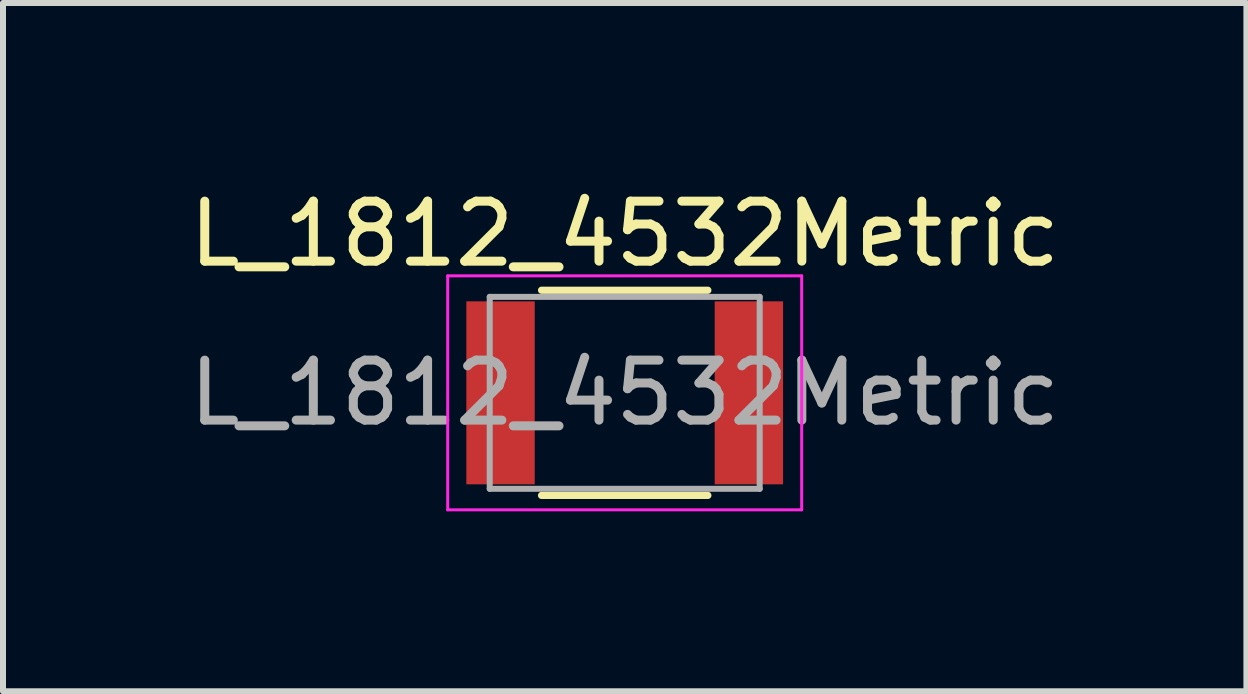
<source format=kicad_pcb>
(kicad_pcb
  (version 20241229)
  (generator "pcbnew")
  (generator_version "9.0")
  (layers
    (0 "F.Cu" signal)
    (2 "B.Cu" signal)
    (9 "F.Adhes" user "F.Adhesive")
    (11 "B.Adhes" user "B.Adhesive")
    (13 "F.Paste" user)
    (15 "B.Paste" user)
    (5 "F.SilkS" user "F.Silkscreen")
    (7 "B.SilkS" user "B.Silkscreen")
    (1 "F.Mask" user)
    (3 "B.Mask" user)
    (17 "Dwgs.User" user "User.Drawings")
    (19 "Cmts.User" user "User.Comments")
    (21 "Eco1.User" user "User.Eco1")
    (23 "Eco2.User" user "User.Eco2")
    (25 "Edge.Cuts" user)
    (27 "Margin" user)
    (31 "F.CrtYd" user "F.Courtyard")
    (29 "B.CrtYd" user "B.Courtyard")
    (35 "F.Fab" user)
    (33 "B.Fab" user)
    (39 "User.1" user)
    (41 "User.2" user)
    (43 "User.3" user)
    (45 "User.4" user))
  (footprint "L_1812_4532Metric"
    (layer "F.Cu")
    (at 7.363 3.498)
    (property "Reference" "L_1812_4532Metric" (at 0 -2.65 0) (layer "F.SilkS") (effects (font (size 1 1) (thickness 0.15))))
    (attr smd)
    (fp_line (start -1.386 -1.71) (end 1.386 -1.71) (stroke (width 0.12) (type solid)) (layer "F.SilkS"))
    (fp_line (start -1.386 1.71) (end 1.386 1.71) (stroke (width 0.12) (type solid)) (layer "F.SilkS"))
    (fp_line (start -2.95 -1.95) (end 2.95 -1.95) (stroke (width 0.05) (type solid)) (layer "F.CrtYd"))
    (fp_line (start -2.95 1.95) (end -2.95 -1.95) (stroke (width 0.05) (type solid)) (layer "F.CrtYd"))
    (fp_line (start 2.95 -1.95) (end 2.95 1.95) (stroke (width 0.05) (type solid)) (layer "F.CrtYd"))
    (fp_line (start 2.95 1.95) (end -2.95 1.95) (stroke (width 0.05) (type solid)) (layer "F.CrtYd"))
    (fp_line (start -2.25 -1.6) (end 2.25 -1.6) (stroke (width 0.1) (type solid)) (layer "F.Fab"))
    (fp_line (start -2.25 1.6) (end -2.25 -1.6) (stroke (width 0.1) (type solid)) (layer "F.Fab"))
    (fp_line (start 2.25 -1.6) (end 2.25 1.6) (stroke (width 0.1) (type solid)) (layer "F.Fab"))
    (fp_line (start 2.25 1.6) (end -2.25 1.6) (stroke (width 0.1) (type solid)) (layer "F.Fab"))
    (fp_text user "${REFERENCE}" (at 0 0 0) (layer "F.Fab") (effects (font (size 1 1) (thickness 0.15))))
    (pad "1" smd rect (at -2.07 0) (size 1.14 3.05) (layers "F.Cu" "F.Mask" "F.Paste"))
    (pad "2" smd rect (at 2.07 0) (size 1.14 3.05) (layers "F.Cu" "F.Mask" "F.Paste")))
  (gr_rect
    (start -3 -3)
    (end 17.726 8.473)
    (stroke (width 0.1) (type default))
    (fill no)
    (layer "Edge.Cuts")))
</source>
